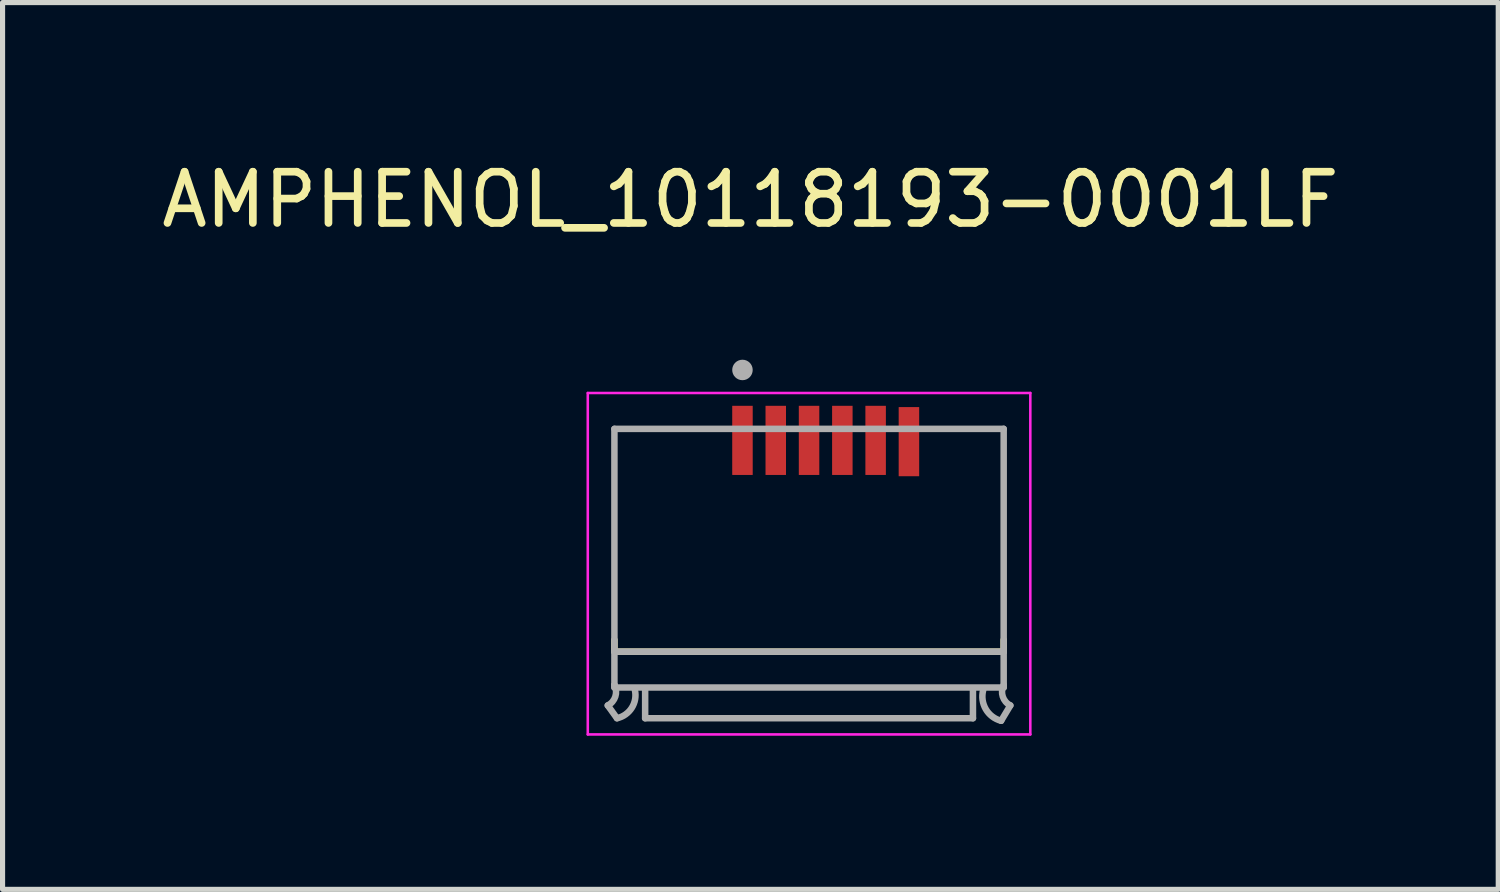
<source format=kicad_pcb>
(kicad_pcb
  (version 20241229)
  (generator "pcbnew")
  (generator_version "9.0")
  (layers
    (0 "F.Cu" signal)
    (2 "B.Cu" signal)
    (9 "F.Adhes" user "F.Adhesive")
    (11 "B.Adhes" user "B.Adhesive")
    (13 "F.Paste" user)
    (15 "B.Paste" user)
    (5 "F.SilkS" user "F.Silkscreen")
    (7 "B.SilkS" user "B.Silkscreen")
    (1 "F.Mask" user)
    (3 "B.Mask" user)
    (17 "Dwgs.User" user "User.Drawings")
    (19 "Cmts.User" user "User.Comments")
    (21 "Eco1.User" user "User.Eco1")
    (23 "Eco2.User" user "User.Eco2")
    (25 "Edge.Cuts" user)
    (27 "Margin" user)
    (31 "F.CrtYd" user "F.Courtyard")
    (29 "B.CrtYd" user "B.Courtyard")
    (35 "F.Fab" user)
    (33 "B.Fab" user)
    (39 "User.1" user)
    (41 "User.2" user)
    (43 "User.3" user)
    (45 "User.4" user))
  (footprint "AMPHENOL_10118193-0001LF"
    (layer "F.Cu")
    (at 12.746 8.223)
    (property "Reference" "AMPHENOL_10118193-0001LF" (at -1.145 -7.375 0) (layer "F.SilkS") (effects (font (size 1 1) (thickness 0.15))))
    (attr smd)
    (fp_line (start -3.8 1.45) (end -3.8 1.22) (stroke (width 0.127) (type solid)) (layer "F.SilkS"))
    (fp_line (start -3.8 1.45) (end 3.8 1.45) (stroke (width 0.127) (type solid)) (layer "F.SilkS"))
    (fp_line (start 3.8 1.45) (end 3.8 1.22) (stroke (width 0.127) (type solid)) (layer "F.SilkS"))
    (fp_line (start -4.32 -3.6) (end -4.32 3.066) (stroke (width 0.05) (type solid)) (layer "F.CrtYd"))
    (fp_line (start -4.32 3.066) (end 4.32 3.066) (stroke (width 0.05) (type solid)) (layer "F.CrtYd"))
    (fp_line (start 4.32 -3.6) (end -4.32 -3.6) (stroke (width 0.05) (type solid)) (layer "F.CrtYd"))
    (fp_line (start 4.32 3.066) (end 4.32 -3.6) (stroke (width 0.05) (type solid)) (layer "F.CrtYd"))
    (fp_line (start -3.93 2.5) (end -3.75 2.75) (stroke (width 0.127) (type solid)) (layer "F.Fab"))
    (fp_line (start -3.8 -2.9) (end 3.8 -2.9) (stroke (width 0.127) (type solid)) (layer "F.Fab"))
    (fp_line (start -3.8 1.45) (end 3.8 1.45) (stroke (width 0.127) (type solid)) (layer "F.Fab"))
    (fp_line (start -3.8 2.1) (end -3.8 -2.9) (stroke (width 0.127) (type solid)) (layer "F.Fab"))
    (fp_line (start -3.8 2.15) (end -3.8 2.1) (stroke (width 0.127) (type solid)) (layer "F.Fab"))
    (fp_line (start -3.2 2.2) (end -3.2 2.75) (stroke (width 0.127) (type solid)) (layer "F.Fab"))
    (fp_line (start -3.2 2.75) (end 3.2 2.75) (stroke (width 0.127) (type solid)) (layer "F.Fab"))
    (fp_line (start 3.2 2.75) (end 3.2 2.2) (stroke (width 0.127) (type solid)) (layer "F.Fab"))
    (fp_line (start 3.8 -2.9) (end 3.8 1.45) (stroke (width 0.127) (type solid)) (layer "F.Fab"))
    (fp_line (start 3.8 1.45) (end 3.8 2.15) (stroke (width 0.127) (type solid)) (layer "F.Fab"))
    (fp_line (start 3.8 2.15) (end -3.8 2.15) (stroke (width 0.127) (type solid)) (layer "F.Fab"))
    (fp_line (start 3.93 2.5) (end 3.75 2.8) (stroke (width 0.127) (type solid)) (layer "F.Fab"))
    (fp_arc (start -3.8 2.1) (mid -3.782157 2.326924) (end -3.93 2.5) (stroke (width 0.127) (type solid)) (layer "F.Fab"))
    (fp_arc (start -3.4 2.2) (mid -3.461091 2.547487) (end -3.75 2.75) (stroke (width 0.127) (type solid)) (layer "F.Fab"))
    (fp_arc (start 3.75 2.8) (mid 3.450736 2.572487) (end 3.4 2.2) (stroke (width 0.127) (type solid)) (layer "F.Fab"))
    (fp_arc (start 3.93 2.5) (mid 3.782157 2.326924) (end 3.8 2.1) (stroke (width 0.127) (type solid)) (layer "F.Fab"))
    (fp_circle (center -1.3 -4.05) (end -1.2 -4.05) (stroke (width 0.2) (type solid)) (fill no) (layer "F.Fab"))
    (pad "1" smd rect (at -1.3 -2.675) (size 0.4 1.35) (layers "F.Cu" "F.Mask" "F.Paste"))
    (pad "2" smd rect (at -0.65 -2.675) (size 0.4 1.35) (layers "F.Cu" "F.Mask" "F.Paste"))
    (pad "3" smd rect (at 0 -2.675) (size 0.4 1.35) (layers "F.Cu" "F.Mask" "F.Paste"))
    (pad "4" smd rect (at 0.65 -2.675) (size 0.4 1.35) (layers "F.Cu" "F.Mask" "F.Paste"))
    (pad "5" smd rect (at 1.3 -2.675) (size 0.4 1.35) (layers "F.Cu" "F.Mask" "F.Paste"))
    (pad "6" smd rect (at 1.95 -2.65) (size 0.4 1.35) (layers "F.Cu" "F.Mask" "F.Paste")))
  (gr_rect
    (start -3 -3)
    (end 26.202 14.314)
    (stroke (width 0.1) (type default))
    (fill no)
    (layer "Edge.Cuts")))
</source>
